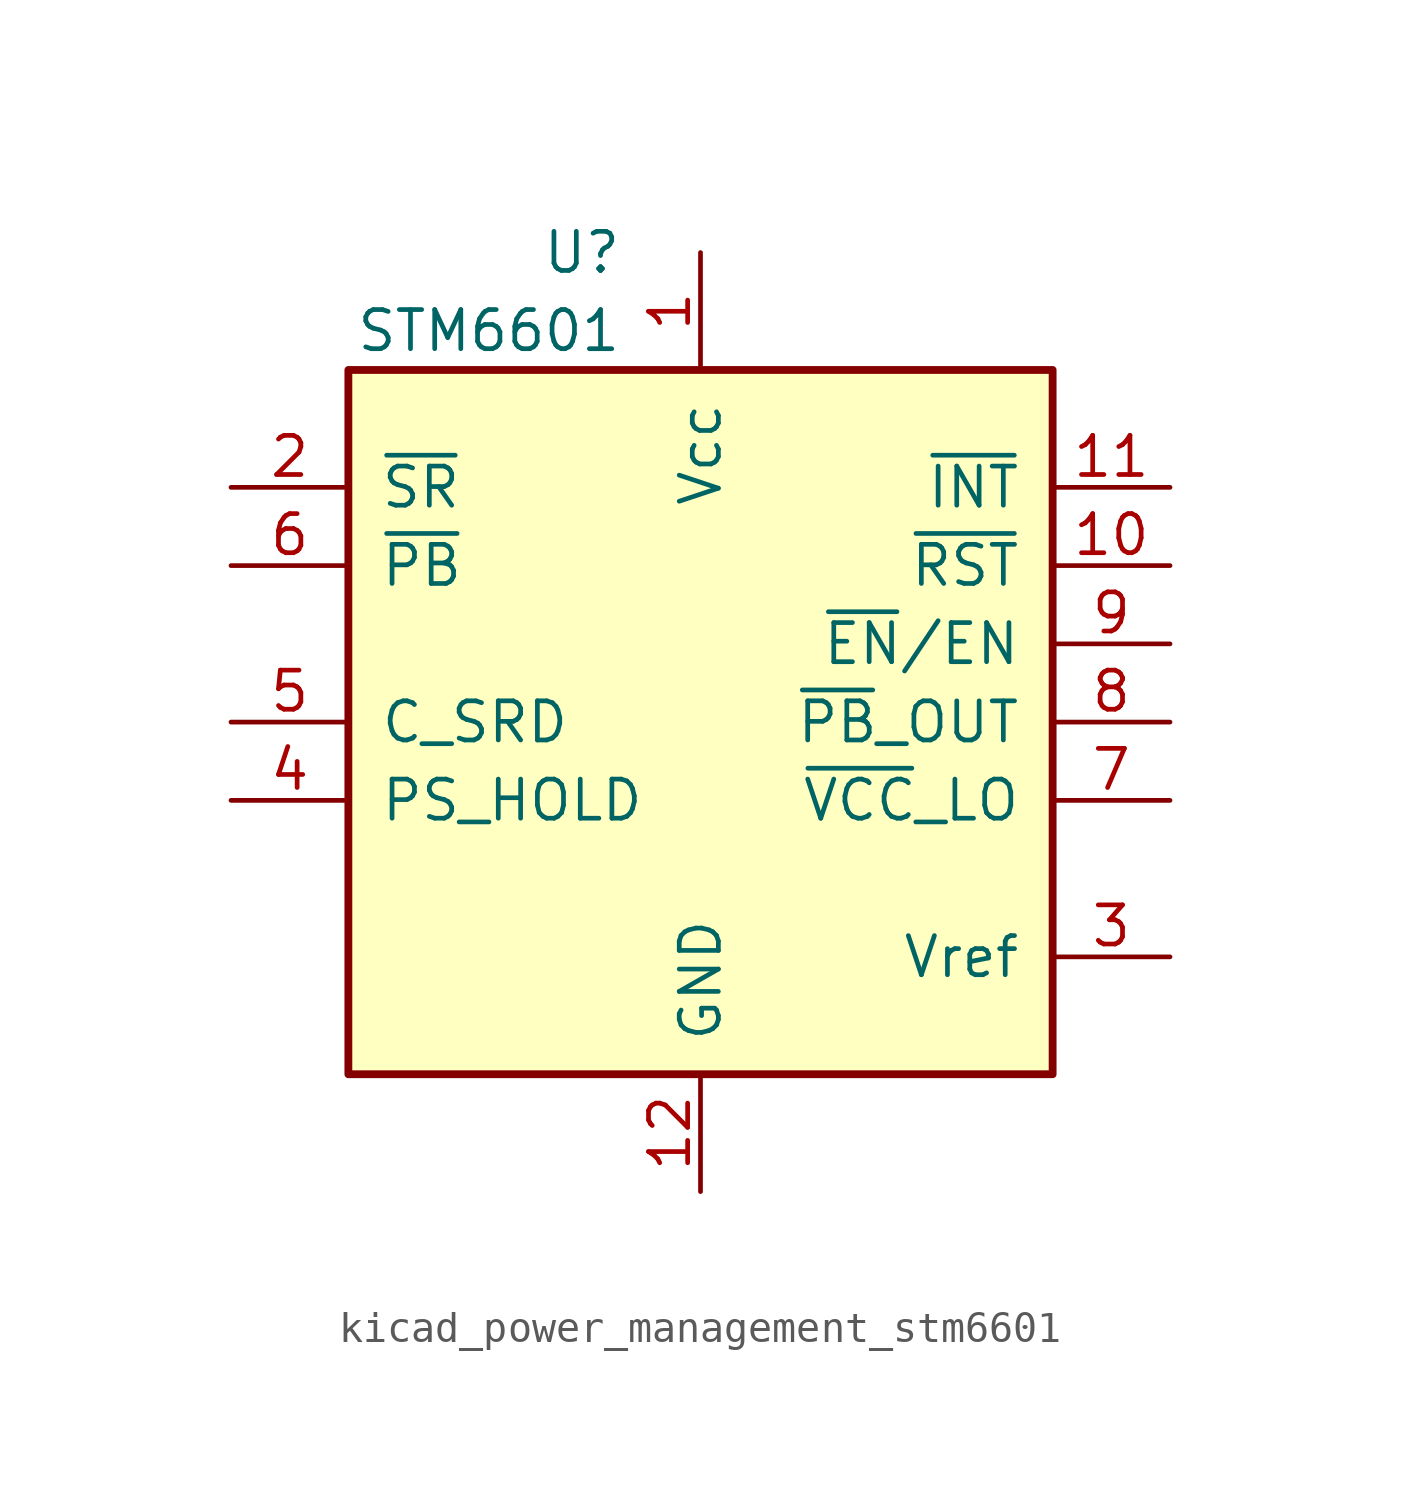
<source format=kicad_sym>
(kicad_symbol_lib
  (version 20220914)
  (generator kicad_symbol_editor)
  (symbol "kicad_power_management_stm6601"
    (pin_names
      (offset 1.016))
    (property "Reference" "U"
      (at -2.54 15.24 0)
      (effects (font (size 1.27 1.27)) (justify right)))
    (property "Value" "STM6601"
      (at -2.54 12.7 0)
      (effects (font (size 1.27 1.27)) (justify right)))
    (symbol "kicad_power_management_stm6601_0_1"
      (rectangle (start -11.43 11.43) (end 11.43 -11.43) (stroke (width 0.254) (type default)) (fill (type background))))
    (symbol "kicad_power_management_stm6601_1_1"
      (pin power_in line (at 0 15.24 270) (length 3.81) (name "Vcc" (effects (font (size 1.27 1.27)))) (number "1" (effects (font (size 1.27 1.27)))))
      (pin open_collector line (at 15.24 5.08 180) (length 3.81) (name "~{RST}" (effects (font (size 1.27 1.27)))) (number "10" (effects (font (size 1.27 1.27)))))
      (pin open_collector line (at 15.24 7.62 180) (length 3.81) (name "~{INT}" (effects (font (size 1.27 1.27)))) (number "11" (effects (font (size 1.27 1.27)))))
      (pin power_in line (at 0 -15.24 90) (length 3.81) (name "GND" (effects (font (size 1.27 1.27)))) (number "12" (effects (font (size 1.27 1.27)))))
      (pin input line (at -15.24 7.62 0) (length 3.81) (name "~{SR}" (effects (font (size 1.27 1.27)))) (number "2" (effects (font (size 1.27 1.27)))))
      (pin output line (at 15.24 -7.62 180) (length 3.81) (name "Vref" (effects (font (size 1.27 1.27)))) (number "3" (effects (font (size 1.27 1.27)))))
      (pin input line (at -15.24 -2.54 0) (length 3.81) (name "PS_HOLD" (effects (font (size 1.27 1.27)))) (number "4" (effects (font (size 1.27 1.27)))))
      (pin input line (at -15.24 0 0) (length 3.81) (name "C_SRD" (effects (font (size 1.27 1.27)))) (number "5" (effects (font (size 1.27 1.27)))))
      (pin input line (at -15.24 5.08 0) (length 3.81) (name "~{PB}" (effects (font (size 1.27 1.27)))) (number "6" (effects (font (size 1.27 1.27)))))
      (pin open_collector line (at 15.24 -2.54 180) (length 3.81) (name "~{VCC}_LO" (effects (font (size 1.27 1.27)))) (number "7" (effects (font (size 1.27 1.27)))))
      (pin open_collector line (at 15.24 0 180) (length 3.81) (name "~{PB}_OUT" (effects (font (size 1.27 1.27)))) (number "8" (effects (font (size 1.27 1.27)))))
      (pin output line (at 15.24 2.54 180) (length 3.81) (name "~{EN}/EN" (effects (font (size 1.27 1.27)))) (number "9" (effects (font (size 1.27 1.27))))))))
</source>
